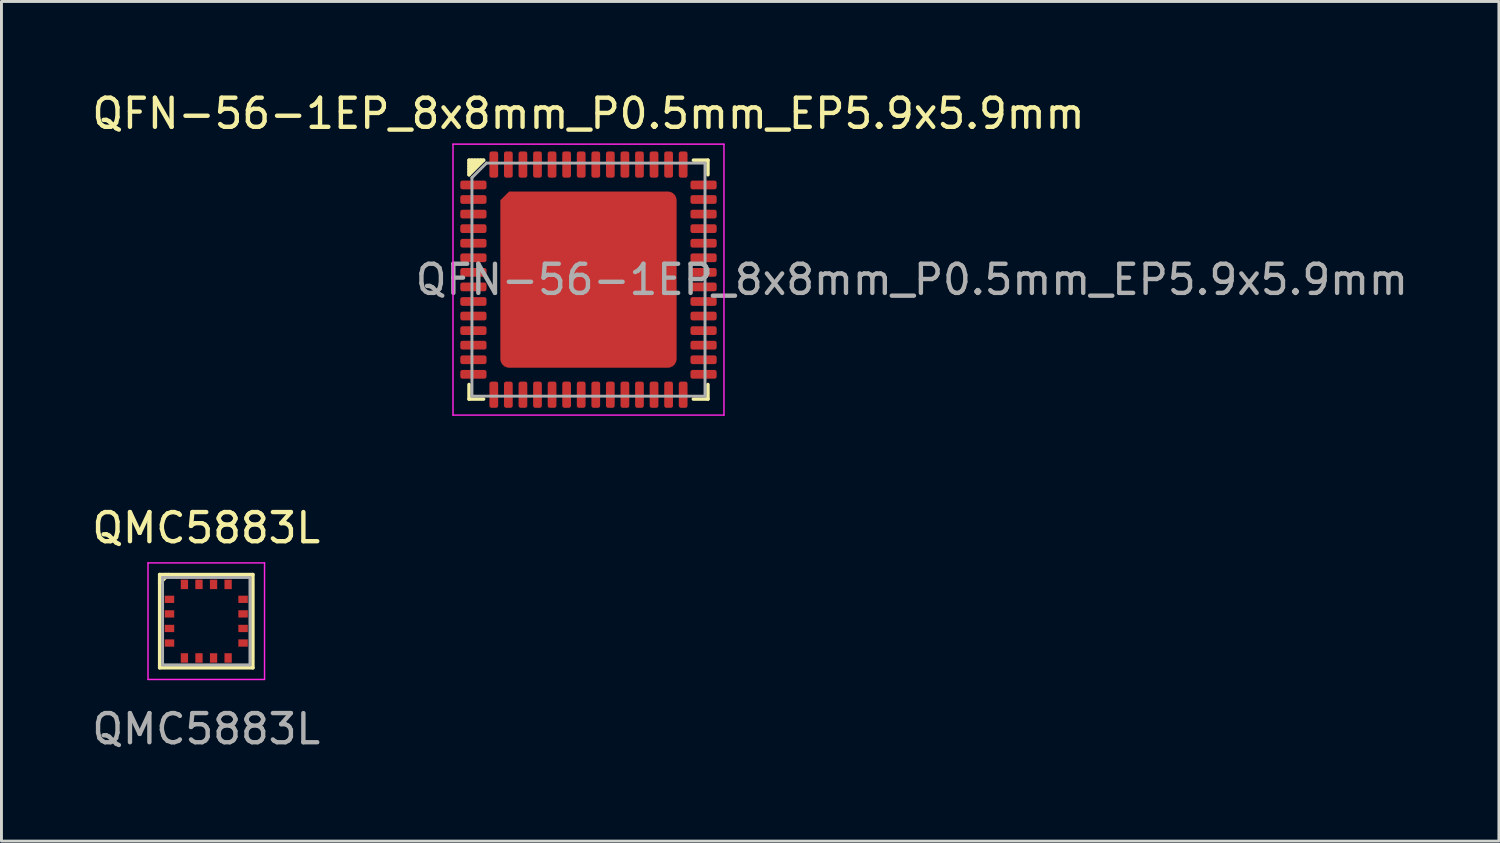
<source format=kicad_pcb>
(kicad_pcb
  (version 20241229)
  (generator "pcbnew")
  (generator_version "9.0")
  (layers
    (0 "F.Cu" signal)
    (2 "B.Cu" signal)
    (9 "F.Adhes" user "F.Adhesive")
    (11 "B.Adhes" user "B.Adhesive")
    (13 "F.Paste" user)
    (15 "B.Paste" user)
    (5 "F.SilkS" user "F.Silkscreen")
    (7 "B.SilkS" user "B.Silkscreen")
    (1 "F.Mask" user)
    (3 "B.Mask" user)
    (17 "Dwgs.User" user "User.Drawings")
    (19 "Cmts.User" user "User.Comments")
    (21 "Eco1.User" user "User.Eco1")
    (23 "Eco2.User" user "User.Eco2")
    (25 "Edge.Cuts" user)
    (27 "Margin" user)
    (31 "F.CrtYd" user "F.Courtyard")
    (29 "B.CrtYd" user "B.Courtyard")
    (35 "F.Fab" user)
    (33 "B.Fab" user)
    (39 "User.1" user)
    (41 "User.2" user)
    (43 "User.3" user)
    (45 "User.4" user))
  (footprint "QMC5883L"
    (layer "F.Cu")
    (at 4.03 18.271)
    (property "Reference" "QMC5883L" (at 0 -3.2 0) (layer "F.SilkS") (effects (font (size 1 1) (thickness 0.15))))
    (attr smd)
    (fp_line (start -1.6 -1.6) (end -1.6 1.6) (stroke (width 0.12) (type solid)) (layer "F.SilkS"))
    (fp_line (start -1.6 -1.4) (end -1.4 -1.6) (stroke (width 0.12) (type solid)) (layer "F.SilkS"))
    (fp_line (start -1.6 -1.3) (end -1.3 -1.6) (stroke (width 0.12) (type solid)) (layer "F.SilkS"))
    (fp_line (start -1.6 1.6) (end 1.6 1.6) (stroke (width 0.12) (type solid)) (layer "F.SilkS"))
    (fp_line (start 1.6 -1.6) (end -1.6 -1.6) (stroke (width 0.12) (type solid)) (layer "F.SilkS"))
    (fp_line (start 1.6 1.6) (end 1.6 -1.6) (stroke (width 0.12) (type solid)) (layer "F.SilkS"))
    (fp_line (start -2 -2) (end 2 -2) (stroke (width 0.05) (type solid)) (layer "F.CrtYd"))
    (fp_line (start -2 2) (end -2 -2) (stroke (width 0.05) (type solid)) (layer "F.CrtYd"))
    (fp_line (start 2 -2) (end 2 2) (stroke (width 0.05) (type solid)) (layer "F.CrtYd"))
    (fp_line (start 2 2) (end -2 2) (stroke (width 0.05) (type solid)) (layer "F.CrtYd"))
    (fp_line (start -1.5 -1.5) (end 1.5 -1.5) (stroke (width 0.1) (type solid)) (layer "F.Fab"))
    (fp_line (start -1.5 1.5) (end -1.5 -1.5) (stroke (width 0.1) (type solid)) (layer "F.Fab"))
    (fp_line (start 1.5 -1.5) (end 1.5 1.5) (stroke (width 0.1) (type solid)) (layer "F.Fab"))
    (fp_line (start 1.5 1.5) (end -1.5 1.5) (stroke (width 0.1) (type solid)) (layer "F.Fab"))
    (fp_text user "${REFERENCE}" (at 0 3.7 0) (layer "F.Fab") (effects (font (size 1 1) (thickness 0.15))))
    (pad "1" smd rect (at -1.263 -0.75 90) (size 0.25 0.325) (layers "F.Cu" "F.Mask" "F.Paste"))
    (pad "2" smd rect (at -1.263 -0.25 90) (size 0.25 0.325) (layers "F.Cu" "F.Mask" "F.Paste"))
    (pad "3" smd rect (at -1.263 0.25 90) (size 0.25 0.325) (layers "F.Cu" "F.Mask" "F.Paste"))
    (pad "4" smd rect (at -1.263 0.75 90) (size 0.25 0.325) (layers "F.Cu" "F.Mask" "F.Paste"))
    (pad "5" smd rect (at -0.75 1.263) (size 0.25 0.325) (layers "F.Cu" "F.Mask" "F.Paste"))
    (pad "6" smd rect (at -0.25 1.263) (size 0.25 0.325) (layers "F.Cu" "F.Mask" "F.Paste"))
    (pad "7" smd rect (at 0.25 1.263) (size 0.25 0.325) (layers "F.Cu" "F.Mask" "F.Paste"))
    (pad "8" smd rect (at 0.75 1.263) (size 0.25 0.325) (layers "F.Cu" "F.Mask" "F.Paste"))
    (pad "9" smd rect (at 1.263 0.75 90) (size 0.25 0.325) (layers "F.Cu" "F.Mask" "F.Paste"))
    (pad "10" smd rect (at 1.263 0.25 90) (size 0.25 0.325) (layers "F.Cu" "F.Mask" "F.Paste"))
    (pad "11" smd rect (at 1.263 -0.25 90) (size 0.25 0.325) (layers "F.Cu" "F.Mask" "F.Paste"))
    (pad "12" smd rect (at 1.263 -0.75 90) (size 0.25 0.325) (layers "F.Cu" "F.Mask" "F.Paste"))
    (pad "13" smd rect (at 0.75 -1.263) (size 0.25 0.325) (layers "F.Cu" "F.Mask" "F.Paste"))
    (pad "14" smd rect (at 0.25 -1.263) (size 0.25 0.325) (layers "F.Cu" "F.Mask" "F.Paste"))
    (pad "15" smd rect (at -0.25 -1.263) (size 0.25 0.325) (layers "F.Cu" "F.Mask" "F.Paste"))
    (pad "16" smd rect (at -0.75 -1.263) (size 0.25 0.325) (layers "F.Cu" "F.Mask" "F.Paste")))
  (footprint "QFN-56-1EP_8x8mm_P0.5mm_EP5.9x5.9mm"
    (layer "F.Cu")
    (at 17.149 6.548)
    (property "Reference" "QFN-56-1EP_8x8mm_P0.5mm_EP5.9x5.9mm" (at 0 -5.7 0) (layer "F.SilkS") (effects (font (size 1 1) (thickness 0.15))))
    (attr smd)
    (fp_line (start -4.1 -4.1) (end -3.6 -4.1) (stroke (width 0.12) (type solid)) (layer "F.SilkS"))
    (fp_line (start -4.1 -4) (end -4 -4.1) (stroke (width 0.12) (type solid)) (layer "F.SilkS"))
    (fp_line (start -4.1 -3.9) (end -3.9 -4.1) (stroke (width 0.12) (type solid)) (layer "F.SilkS"))
    (fp_line (start -4.1 -3.8) (end -3.8 -4.1) (stroke (width 0.12) (type solid)) (layer "F.SilkS"))
    (fp_line (start -4.1 -3.7) (end -3.7 -4.1) (stroke (width 0.12) (type solid)) (layer "F.SilkS"))
    (fp_line (start -4.1 -3.6) (end -4.1 -4.1) (stroke (width 0.12) (type solid)) (layer "F.SilkS"))
    (fp_line (start -4.1 -3.6) (end -3.6 -4.1) (stroke (width 0.12) (type solid)) (layer "F.SilkS"))
    (fp_line (start -4.1 4.1) (end -4.1 3.6) (stroke (width 0.12) (type solid)) (layer "F.SilkS"))
    (fp_line (start -3.6 4.1) (end -4.1 4.1) (stroke (width 0.12) (type solid)) (layer "F.SilkS"))
    (fp_line (start 3.6 -4.1) (end 4.1 -4.1) (stroke (width 0.12) (type solid)) (layer "F.SilkS"))
    (fp_line (start 4.1 -4.1) (end 4.1 -3.6) (stroke (width 0.12) (type solid)) (layer "F.SilkS"))
    (fp_line (start 4.1 3.6) (end 4.1 4.1) (stroke (width 0.12) (type solid)) (layer "F.SilkS"))
    (fp_line (start 4.1 4.1) (end 3.6 4.1) (stroke (width 0.12) (type solid)) (layer "F.SilkS"))
    (fp_line (start -4.65 -4.65) (end 4.65 -4.65) (stroke (width 0.05) (type solid)) (layer "F.CrtYd"))
    (fp_line (start -4.65 4.65) (end -4.65 -4.65) (stroke (width 0.05) (type solid)) (layer "F.CrtYd"))
    (fp_line (start 4.65 -4.65) (end 4.65 4.65) (stroke (width 0.05) (type solid)) (layer "F.CrtYd"))
    (fp_line (start 4.65 4.65) (end -4.65 4.65) (stroke (width 0.05) (type solid)) (layer "F.CrtYd"))
    (fp_line (start -4 -3.5) (end -3.5 -4) (stroke (width 0.1) (type solid)) (layer "F.Fab"))
    (fp_line (start -4 4) (end -4 -3.5) (stroke (width 0.1) (type solid)) (layer "F.Fab"))
    (fp_line (start -3.5 -4) (end 4 -4) (stroke (width 0.1) (type solid)) (layer "F.Fab"))
    (fp_line (start 4 -4) (end 4 4) (stroke (width 0.1) (type solid)) (layer "F.Fab"))
    (fp_line (start 4 4) (end -4 4) (stroke (width 0.1) (type solid)) (layer "F.Fab"))
    (fp_text user "${REFERENCE}" (at 11.1 0 0) (layer "F.Fab") (effects (font (size 1 1) (thickness 0.15))))
    (pad "1" smd roundrect (at -3.95 -3.25 90) (size 0.3 0.9) (layers "F.Cu" "F.Mask" "F.Paste") (roundrect_rratio 0.25))
    (pad "2" smd roundrect (at -3.95 -2.75 90) (size 0.3 0.9) (layers "F.Cu" "F.Mask" "F.Paste") (roundrect_rratio 0.25))
    (pad "3" smd roundrect (at -3.95 -2.25 90) (size 0.3 0.9) (layers "F.Cu" "F.Mask" "F.Paste") (roundrect_rratio 0.25))
    (pad "4" smd roundrect (at -3.95 -1.75 90) (size 0.3 0.9) (layers "F.Cu" "F.Mask" "F.Paste") (roundrect_rratio 0.25))
    (pad "5" smd roundrect (at -3.95 -1.25 90) (size 0.3 0.9) (layers "F.Cu" "F.Mask" "F.Paste") (roundrect_rratio 0.25))
    (pad "6" smd roundrect (at -3.95 -0.75 90) (size 0.3 0.9) (layers "F.Cu" "F.Mask" "F.Paste") (roundrect_rratio 0.25))
    (pad "7" smd roundrect (at -3.95 -0.25 90) (size 0.3 0.9) (layers "F.Cu" "F.Mask" "F.Paste") (roundrect_rratio 0.25))
    (pad "8" smd roundrect (at -3.95 0.25 90) (size 0.3 0.9) (layers "F.Cu" "F.Mask" "F.Paste") (roundrect_rratio 0.25))
    (pad "9" smd roundrect (at -3.95 0.75 90) (size 0.3 0.9) (layers "F.Cu" "F.Mask" "F.Paste") (roundrect_rratio 0.25))
    (pad "10" smd roundrect (at -3.95 1.25 90) (size 0.3 0.9) (layers "F.Cu" "F.Mask" "F.Paste") (roundrect_rratio 0.25))
    (pad "11" smd roundrect (at -3.95 1.75 90) (size 0.3 0.9) (layers "F.Cu" "F.Mask" "F.Paste") (roundrect_rratio 0.25))
    (pad "12" smd roundrect (at -3.95 2.25 90) (size 0.3 0.9) (layers "F.Cu" "F.Mask" "F.Paste") (roundrect_rratio 0.25))
    (pad "13" smd roundrect (at -3.95 2.75 90) (size 0.3 0.9) (layers "F.Cu" "F.Mask" "F.Paste") (roundrect_rratio 0.25))
    (pad "14" smd roundrect (at -3.95 3.25 90) (size 0.3 0.9) (layers "F.Cu" "F.Mask" "F.Paste") (roundrect_rratio 0.25))
    (pad "15" smd roundrect (at -3.25 3.95) (size 0.3 0.9) (layers "F.Cu" "F.Mask" "F.Paste") (roundrect_rratio 0.25))
    (pad "16" smd roundrect (at -2.75 3.95) (size 0.3 0.9) (layers "F.Cu" "F.Mask" "F.Paste") (roundrect_rratio 0.25))
    (pad "17" smd roundrect (at -2.25 3.95) (size 0.3 0.9) (layers "F.Cu" "F.Mask" "F.Paste") (roundrect_rratio 0.25))
    (pad "18" smd roundrect (at -1.75 3.95) (size 0.3 0.9) (layers "F.Cu" "F.Mask" "F.Paste") (roundrect_rratio 0.25))
    (pad "19" smd roundrect (at -1.25 3.95) (size 0.3 0.9) (layers "F.Cu" "F.Mask" "F.Paste") (roundrect_rratio 0.25))
    (pad "20" smd roundrect (at -0.75 3.95) (size 0.3 0.9) (layers "F.Cu" "F.Mask" "F.Paste") (roundrect_rratio 0.25))
    (pad "21" smd roundrect (at -0.25 3.95) (size 0.3 0.9) (layers "F.Cu" "F.Mask" "F.Paste") (roundrect_rratio 0.25))
    (pad "22" smd roundrect (at 0.25 3.95) (size 0.3 0.9) (layers "F.Cu" "F.Mask" "F.Paste") (roundrect_rratio 0.25))
    (pad "23" smd roundrect (at 0.75 3.95) (size 0.3 0.9) (layers "F.Cu" "F.Mask" "F.Paste") (roundrect_rratio 0.25))
    (pad "24" smd roundrect (at 1.25 3.95) (size 0.3 0.9) (layers "F.Cu" "F.Mask" "F.Paste") (roundrect_rratio 0.25))
    (pad "25" smd roundrect (at 1.75 3.95) (size 0.3 0.9) (layers "F.Cu" "F.Mask" "F.Paste") (roundrect_rratio 0.25))
    (pad "26" smd roundrect (at 2.25 3.95) (size 0.3 0.9) (layers "F.Cu" "F.Mask" "F.Paste") (roundrect_rratio 0.25))
    (pad "27" smd roundrect (at 2.75 3.95) (size 0.3 0.9) (layers "F.Cu" "F.Mask" "F.Paste") (roundrect_rratio 0.25))
    (pad "28" smd roundrect (at 3.25 3.95) (size 0.3 0.9) (layers "F.Cu" "F.Mask" "F.Paste") (roundrect_rratio 0.25))
    (pad "29" smd roundrect (at 3.95 3.25 90) (size 0.3 0.9) (layers "F.Cu" "F.Mask" "F.Paste") (roundrect_rratio 0.25))
    (pad "30" smd roundrect (at 3.95 2.75 90) (size 0.3 0.9) (layers "F.Cu" "F.Mask" "F.Paste") (roundrect_rratio 0.25))
    (pad "31" smd roundrect (at 3.95 2.25 90) (size 0.3 0.9) (layers "F.Cu" "F.Mask" "F.Paste") (roundrect_rratio 0.25))
    (pad "32" smd roundrect (at 3.95 1.75 90) (size 0.3 0.9) (layers "F.Cu" "F.Mask" "F.Paste") (roundrect_rratio 0.25))
    (pad "33" smd roundrect (at 3.95 1.25 90) (size 0.3 0.9) (layers "F.Cu" "F.Mask" "F.Paste") (roundrect_rratio 0.25))
    (pad "34" smd roundrect (at 3.95 0.75 90) (size 0.3 0.9) (layers "F.Cu" "F.Mask" "F.Paste") (roundrect_rratio 0.25))
    (pad "35" smd roundrect (at 3.95 0.25 90) (size 0.3 0.9) (layers "F.Cu" "F.Mask" "F.Paste") (roundrect_rratio 0.25))
    (pad "36" smd roundrect (at 3.95 -0.25 90) (size 0.3 0.9) (layers "F.Cu" "F.Mask" "F.Paste") (roundrect_rratio 0.25))
    (pad "37" smd roundrect (at 3.95 -0.75 90) (size 0.3 0.9) (layers "F.Cu" "F.Mask" "F.Paste") (roundrect_rratio 0.25))
    (pad "38" smd roundrect (at 3.95 -1.25 90) (size 0.3 0.9) (layers "F.Cu" "F.Mask" "F.Paste") (roundrect_rratio 0.25))
    (pad "39" smd roundrect (at 3.95 -1.75 90) (size 0.3 0.9) (layers "F.Cu" "F.Mask" "F.Paste") (roundrect_rratio 0.25))
    (pad "40" smd roundrect (at 3.95 -2.25 90) (size 0.3 0.9) (layers "F.Cu" "F.Mask" "F.Paste") (roundrect_rratio 0.25))
    (pad "41" smd roundrect (at 3.95 -2.75 90) (size 0.3 0.9) (layers "F.Cu" "F.Mask" "F.Paste") (roundrect_rratio 0.25))
    (pad "42" smd roundrect (at 3.95 -3.25 90) (size 0.3 0.9) (layers "F.Cu" "F.Mask" "F.Paste") (roundrect_rratio 0.25))
    (pad "43" smd roundrect (at 3.25 -3.95) (size 0.3 0.9) (layers "F.Cu" "F.Mask" "F.Paste") (roundrect_rratio 0.25))
    (pad "44" smd roundrect (at 2.75 -3.95) (size 0.3 0.9) (layers "F.Cu" "F.Mask" "F.Paste") (roundrect_rratio 0.25))
    (pad "45" smd roundrect (at 2.25 -3.95) (size 0.3 0.9) (layers "F.Cu" "F.Mask" "F.Paste") (roundrect_rratio 0.25))
    (pad "46" smd roundrect (at 1.75 -3.95) (size 0.3 0.9) (layers "F.Cu" "F.Mask" "F.Paste") (roundrect_rratio 0.25))
    (pad "47" smd roundrect (at 1.25 -3.95) (size 0.3 0.9) (layers "F.Cu" "F.Mask" "F.Paste") (roundrect_rratio 0.25))
    (pad "48" smd roundrect (at 0.75 -3.95) (size 0.3 0.9) (layers "F.Cu" "F.Mask" "F.Paste") (roundrect_rratio 0.25))
    (pad "49" smd roundrect (at 0.25 -3.95) (size 0.3 0.9) (layers "F.Cu" "F.Mask" "F.Paste") (roundrect_rratio 0.25))
    (pad "50" smd roundrect (at -0.25 -3.95) (size 0.3 0.9) (layers "F.Cu" "F.Mask" "F.Paste") (roundrect_rratio 0.25))
    (pad "51" smd roundrect (at -0.75 -3.95) (size 0.3 0.9) (layers "F.Cu" "F.Mask" "F.Paste") (roundrect_rratio 0.25))
    (pad "52" smd roundrect (at -1.25 -3.95) (size 0.3 0.9) (layers "F.Cu" "F.Mask" "F.Paste") (roundrect_rratio 0.25))
    (pad "53" smd roundrect (at -1.75 -3.95) (size 0.3 0.9) (layers "F.Cu" "F.Mask" "F.Paste") (roundrect_rratio 0.25))
    (pad "54" smd roundrect (at -2.25 -3.95) (size 0.3 0.9) (layers "F.Cu" "F.Mask" "F.Paste") (roundrect_rratio 0.25))
    (pad "55" smd roundrect (at -2.75 -3.95) (size 0.3 0.9) (layers "F.Cu" "F.Mask" "F.Paste") (roundrect_rratio 0.25))
    (pad "56" smd roundrect (at -3.25 -3.95) (size 0.3 0.9) (layers "F.Cu" "F.Mask" "F.Paste") (roundrect_rratio 0.25))
    (pad "57" smd roundrect (at 0 0) (size 6.05 6.05) (layers "F.Cu" "F.Mask" "F.Paste") (roundrect_rratio 0.05) (chamfer_ratio 0.05) (chamfer top_left)))
  (gr_rect
    (start -3 -3)
    (end 48.398 25.82)
    (stroke (width 0.1) (type default))
    (fill no)
    (layer "Edge.Cuts")))
</source>
